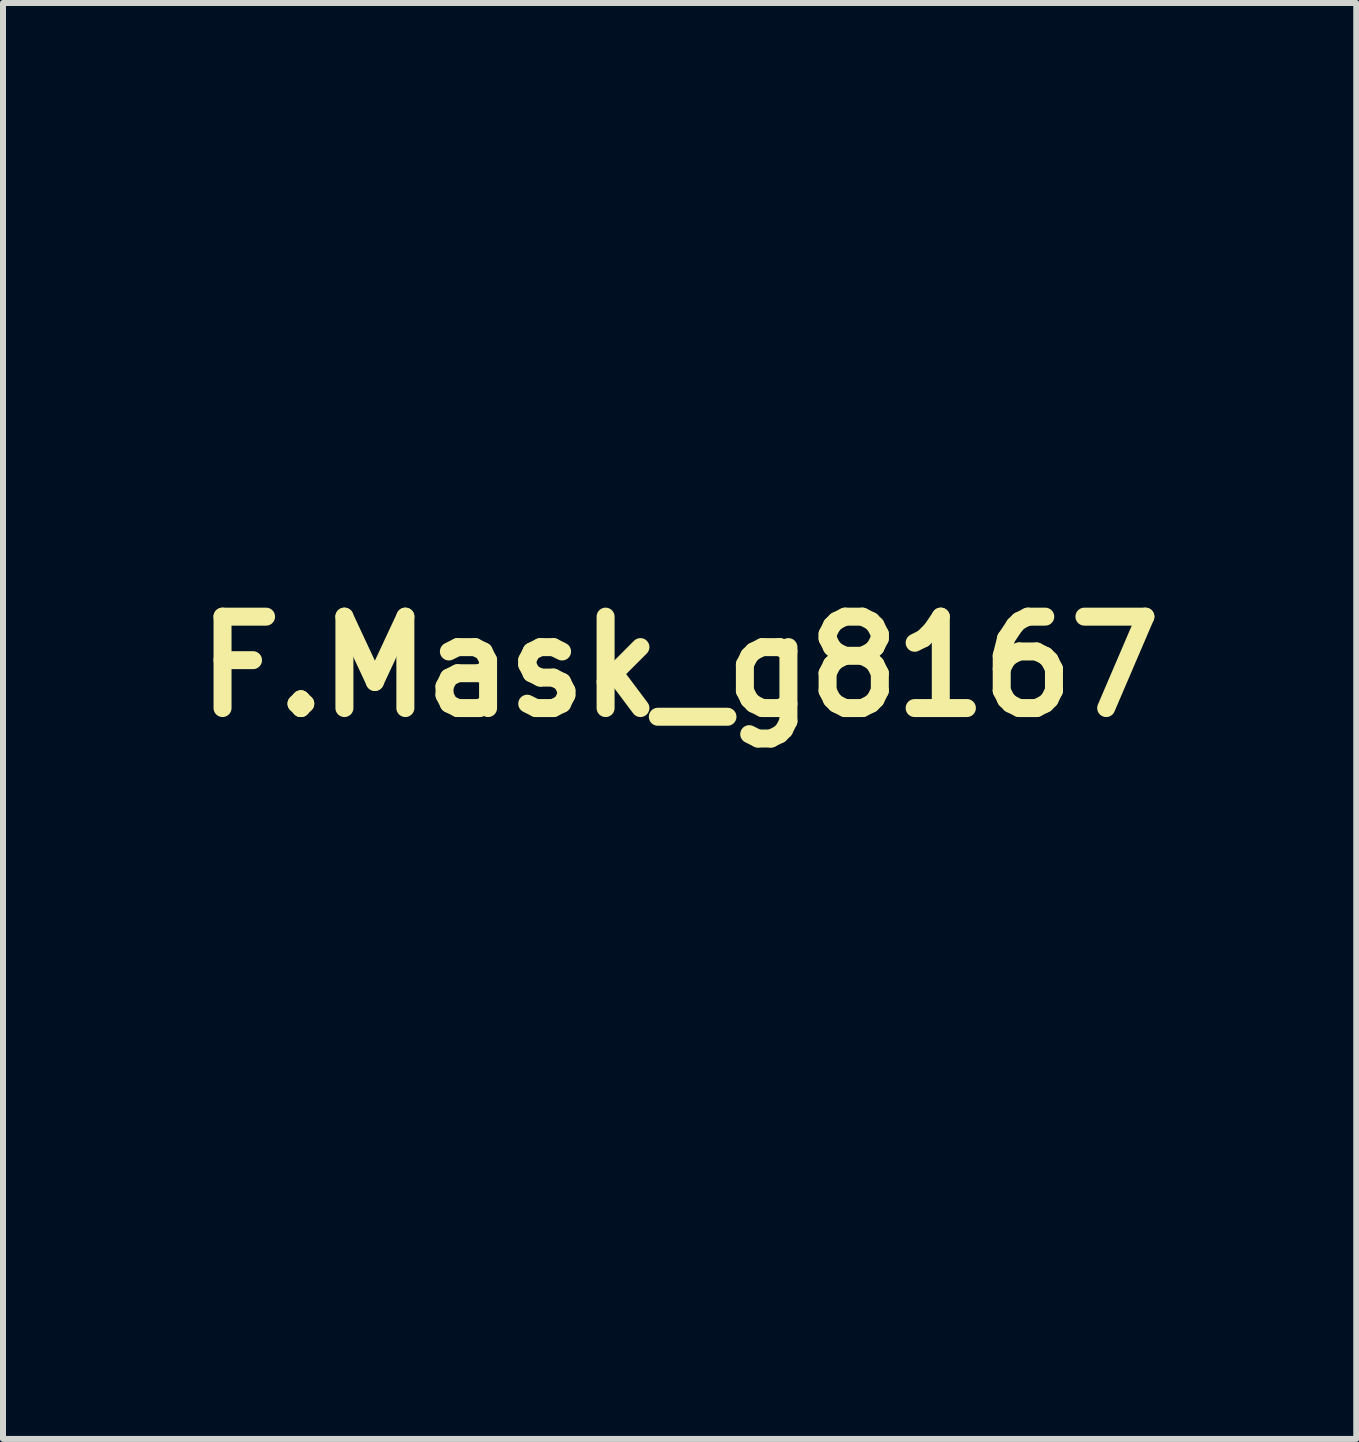
<source format=kicad_pcb>
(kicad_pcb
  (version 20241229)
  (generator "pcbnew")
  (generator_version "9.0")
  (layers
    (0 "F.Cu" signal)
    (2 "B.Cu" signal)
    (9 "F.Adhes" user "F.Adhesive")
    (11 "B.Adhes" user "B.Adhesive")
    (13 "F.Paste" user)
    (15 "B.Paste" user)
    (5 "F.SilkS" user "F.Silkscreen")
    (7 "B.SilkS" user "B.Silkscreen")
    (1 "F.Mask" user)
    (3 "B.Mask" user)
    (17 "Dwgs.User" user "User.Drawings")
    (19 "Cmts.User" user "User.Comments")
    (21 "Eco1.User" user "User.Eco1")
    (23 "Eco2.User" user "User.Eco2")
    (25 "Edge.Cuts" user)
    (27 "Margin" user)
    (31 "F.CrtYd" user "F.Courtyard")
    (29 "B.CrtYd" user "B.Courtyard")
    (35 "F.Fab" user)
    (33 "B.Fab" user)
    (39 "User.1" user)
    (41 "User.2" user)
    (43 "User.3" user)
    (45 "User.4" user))
  (footprint "F.Mask_g8167"
    (layer "F.Cu")
    (at 8.28 8.065)
    (property "Reference" "F.Mask_g8167" (at 0 0 0) (layer "F.SilkS") (effects (font (size 1.524 1.524) (thickness 0.3))))
    (attr through_hole)
    (fp_poly (pts (xy -3.258 -8.05) (xy -3.132 -8.011) (xy -3.022 -7.941) (xy -2.977 -7.895) (xy -2.94 -7.846) (xy -2.912 -7.793) (xy -2.889 -7.729) (xy -2.873 -7.649) (xy -2.861 -7.549) (xy -2.854 -7.422) (xy -2.85 -7.264) (xy -2.848 -7.069) (xy -2.848 -7.059) (xy -2.847 -6.53) (xy -2.978 -6.524) (xy -3.109 -6.517) (xy -3.115 -7.063) (xy -3.118 -7.233) (xy -3.121 -7.366) (xy -3.124 -7.468) (xy -3.129 -7.543) (xy -3.135 -7.597) (xy -3.143 -7.637) (xy -3.153 -7.666) (xy -3.16 -7.679) (xy -3.227 -7.76) (xy -3.318 -7.812) (xy -3.425 -7.831) (xy -3.541 -7.817) (xy -3.593 -7.799) (xy -3.68 -7.753) (xy -3.744 -7.692) (xy -3.796 -7.609) (xy -3.81 -7.58) (xy -3.821 -7.547) (xy -3.83 -7.506) (xy -3.836 -7.451) (xy -3.841 -7.375) (xy -3.844 -7.272) (xy -3.847 -7.137) (xy -3.849 -7.022) (xy -3.856 -6.519) (xy -4.106 -6.519) (xy -4.106 -8.022) (xy -3.852 -8.022) (xy -3.852 -7.816) (xy -3.762 -7.907) (xy -3.653 -7.988) (xy -3.527 -8.039) (xy -3.393 -8.06) (xy -3.258 -8.05)) (stroke (width 0.01) (type solid)) (fill yes) (layer "F.Mask"))
    (fp_poly (pts (xy -3.408 7.98) (xy -3.585 7.98) (xy -3.698 7.983) (xy -3.775 7.998) (xy -3.824 8.028) (xy -3.852 8.08) (xy -3.866 8.158) (xy -3.869 8.199) (xy -3.878 8.34) (xy -3.323 8.34) (xy -3.322 8.218) (xy -3.31 8.076) (xy -3.273 7.964) (xy -3.208 7.878) (xy -3.113 7.816) (xy -2.985 7.775) (xy -2.821 7.754) (xy -2.803 7.753) (xy -2.603 7.741) (xy -2.603 7.98) (xy -2.761 7.98) (xy -2.847 7.983) (xy -2.922 7.992) (xy -2.971 8.004) (xy -2.973 8.004) (xy -3.021 8.048) (xy -3.054 8.126) (xy -3.068 8.232) (xy -3.069 8.26) (xy -3.069 8.34) (xy -2.667 8.34) (xy -2.667 8.551) (xy -3.069 8.551) (xy -3.069 9.842) (xy -3.323 9.842) (xy -3.323 8.551) (xy -3.873 8.551) (xy -3.873 9.842) (xy -4.128 9.842) (xy -4.128 8.551) (xy -4.36 8.551) (xy -4.36 8.34) (xy -4.128 8.34) (xy -4.128 8.216) (xy -4.117 8.08) (xy -4.082 7.973) (xy -4.024 7.887) (xy -3.967 7.836) (xy -3.899 7.799) (xy -3.81 7.775) (xy -3.693 7.759) (xy -3.618 7.753) (xy -3.408 7.741) (xy -3.408 7.98)) (stroke (width 0.01) (type solid)) (fill yes) (layer "F.Mask"))
    (fp_poly (pts (xy -4.934 8.319) (xy -4.785 8.374) (xy -4.657 8.462) (xy -4.553 8.582) (xy -4.477 8.731) (xy -4.466 8.762) (xy -4.444 8.839) (xy -4.431 8.908) (xy -4.425 8.984) (xy -4.426 9.08) (xy -4.428 9.139) (xy -4.447 9.327) (xy -4.488 9.482) (xy -4.554 9.607) (xy -4.647 9.708) (xy -4.769 9.787) (xy -4.79 9.798) (xy -4.92 9.848) (xy -5.05 9.869) (xy -5.195 9.865) (xy -5.233 9.86) (xy -5.388 9.82) (xy -5.521 9.745) (xy -5.629 9.637) (xy -5.712 9.499) (xy -5.768 9.332) (xy -5.793 9.165) (xy -5.793 9.081) (xy -5.514 9.081) (xy -5.509 9.214) (xy -5.495 9.316) (xy -5.477 9.378) (xy -5.426 9.472) (xy -5.356 9.554) (xy -5.277 9.614) (xy -5.237 9.631) (xy -5.136 9.646) (xy -5.027 9.636) (xy -4.93 9.603) (xy -4.901 9.586) (xy -4.812 9.5) (xy -4.748 9.381) (xy -4.71 9.234) (xy -4.703 9.158) (xy -4.706 8.974) (xy -4.737 8.819) (xy -4.797 8.693) (xy -4.807 8.678) (xy -4.889 8.594) (xy -4.99 8.546) (xy -5.115 8.53) (xy -5.236 8.549) (xy -5.338 8.606) (xy -5.422 8.7) (xy -5.454 8.758) (xy -5.483 8.822) (xy -5.501 8.879) (xy -5.51 8.943) (xy -5.514 9.029) (xy -5.514 9.081) (xy -5.793 9.081) (xy -5.792 8.97) (xy -5.76 8.793) (xy -5.698 8.639) (xy -5.608 8.509) (xy -5.493 8.408) (xy -5.355 8.339) (xy -5.276 8.317) (xy -5.099 8.299) (xy -4.934 8.319)) (stroke (width 0.01) (type solid)) (fill yes) (layer "F.Mask"))
    (fp_poly (pts (xy -4.928 -8.052) (xy -4.857 -8.045) (xy -4.797 -8.03) (xy -4.734 -8.003) (xy -4.715 -7.994) (xy -4.582 -7.907) (xy -4.478 -7.79) (xy -4.403 -7.644) (xy -4.358 -7.467) (xy -4.346 -7.364) (xy -4.346 -7.169) (xy -4.377 -6.991) (xy -4.437 -6.834) (xy -4.524 -6.702) (xy -4.635 -6.6) (xy -4.699 -6.562) (xy -4.749 -6.542) (xy -4.822 -6.521) (xy -4.903 -6.501) (xy -4.98 -6.486) (xy -5.038 -6.479) (xy -5.059 -6.48) (xy -5.084 -6.484) (xy -5.137 -6.493) (xy -5.17 -6.499) (xy -5.328 -6.545) (xy -5.461 -6.626) (xy -5.57 -6.74) (xy -5.652 -6.887) (xy -5.656 -6.899) (xy -5.677 -6.957) (xy -5.691 -7.015) (xy -5.699 -7.084) (xy -5.703 -7.176) (xy -5.704 -7.271) (xy -5.429 -7.271) (xy -5.429 -7.167) (xy -5.425 -7.093) (xy -5.417 -7.039) (xy -5.401 -6.994) (xy -5.376 -6.944) (xy -5.364 -6.922) (xy -5.285 -6.819) (xy -5.188 -6.749) (xy -5.079 -6.713) (xy -4.965 -6.715) (xy -4.869 -6.747) (xy -4.772 -6.819) (xy -4.697 -6.923) (xy -4.645 -7.053) (xy -4.62 -7.204) (xy -4.621 -7.349) (xy -4.649 -7.508) (xy -4.704 -7.637) (xy -4.787 -7.738) (xy -4.791 -7.741) (xy -4.865 -7.796) (xy -4.938 -7.825) (xy -5.026 -7.831) (xy -5.08 -7.827) (xy -5.197 -7.796) (xy -5.294 -7.728) (xy -5.37 -7.622) (xy -5.379 -7.605) (xy -5.402 -7.553) (xy -5.417 -7.501) (xy -5.425 -7.438) (xy -5.429 -7.353) (xy -5.429 -7.271) (xy -5.704 -7.271) (xy -5.704 -7.281) (xy -5.703 -7.395) (xy -5.7 -7.476) (xy -5.693 -7.538) (xy -5.68 -7.589) (xy -5.66 -7.642) (xy -5.644 -7.676) (xy -5.557 -7.821) (xy -5.443 -7.934) (xy -5.323 -8.005) (xy -5.257 -8.03) (xy -5.186 -8.045) (xy -5.097 -8.052) (xy -5.027 -8.053) (xy -4.928 -8.052)) (stroke (width 0.01) (type solid)) (fill yes) (layer "F.Mask")))
  (gr_rect
    (start -3 -3)
    (end 19.561 20.939)
    (stroke (width 0.1) (type default))
    (fill no)
    (layer "Edge.Cuts")))
</source>
